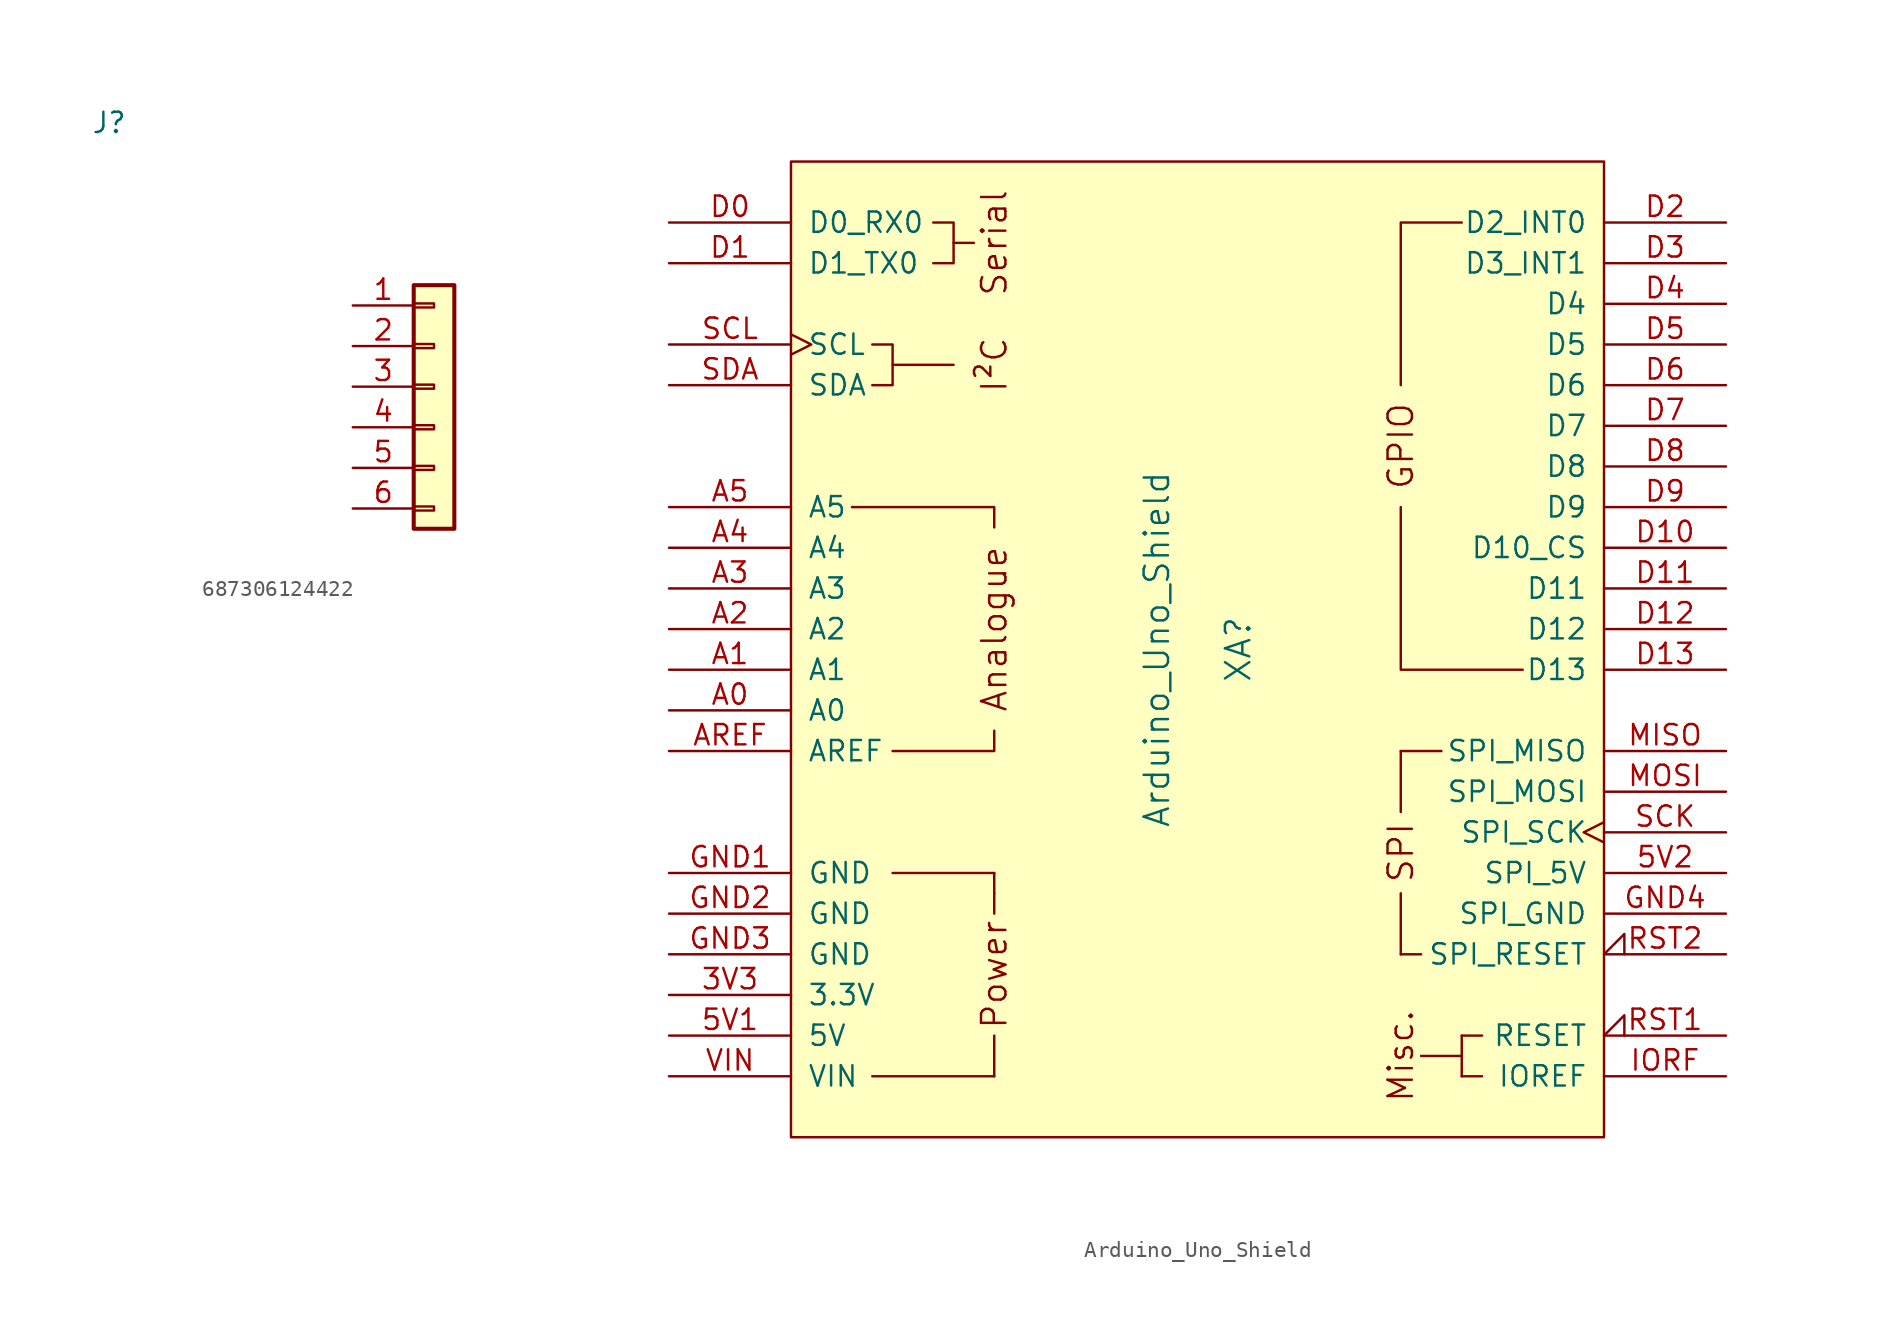
<source format=kicad_sym>
(kicad_symbol_lib
  (version 20211014)
  (generator kicad_symbol_editor)
  (symbol "687306124422"
    (pin_names
      (offset 1.016) hide)
    (property "Reference" "J"
      (at -19.05 17.78 0)
      (effects (font (size 1.27 1.27))))
    (symbol "687306124422_1_1"
      (rectangle (start 0 -6.223) (end 1.27 -6.477) (stroke (width 0.152) (type default) (color 0 0 0 0)) (fill (type none)))
      (rectangle (start 0 -3.683) (end 1.27 -3.937) (stroke (width 0.152) (type default) (color 0 0 0 0)) (fill (type none)))
      (rectangle (start 0 -1.143) (end 1.27 -1.397) (stroke (width 0.152) (type default) (color 0 0 0 0)) (fill (type none)))
      (rectangle (start 0 1.397) (end 1.27 1.143) (stroke (width 0.152) (type default) (color 0 0 0 0)) (fill (type none)))
      (rectangle (start 0 3.937) (end 1.27 3.683) (stroke (width 0.152) (type default) (color 0 0 0 0)) (fill (type none)))
      (rectangle (start 0 6.477) (end 1.27 6.223) (stroke (width 0.152) (type default) (color 0 0 0 0)) (fill (type none)))
      (rectangle (start 0 7.62) (end 2.54 -7.62) (stroke (width 0.254) (type default) (color 0 0 0 0)) (fill (type background)))
      (pin passive line (at -3.81 6.35 0) (length 3.81) (name "Pin_1" (effects (font (size 1.27 1.27)))) (number "1" (effects (font (size 1.27 1.27)))))
      (pin passive line (at -3.81 3.81 0) (length 3.81) (name "Pin_2" (effects (font (size 1.27 1.27)))) (number "2" (effects (font (size 1.27 1.27)))))
      (pin passive line (at -3.81 1.27 0) (length 3.81) (name "Pin_3" (effects (font (size 1.27 1.27)))) (number "3" (effects (font (size 1.27 1.27)))))
      (pin passive line (at -3.81 -1.27 0) (length 3.81) (name "Pin_4" (effects (font (size 1.27 1.27)))) (number "4" (effects (font (size 1.27 1.27)))))
      (pin passive line (at -3.81 -3.81 0) (length 3.81) (name "Pin_5" (effects (font (size 1.27 1.27)))) (number "5" (effects (font (size 1.27 1.27)))))
      (pin passive line (at -3.81 -6.35 0) (length 3.81) (name "Pin_6" (effects (font (size 1.27 1.27)))) (number "6" (effects (font (size 1.27 1.27)))))))
  (symbol "Arduino_Uno_Shield"
    (pin_names
      (offset 1.016))
    (property "Reference" "XA"
      (at 2.54 0 90)
      (effects (font (size 1.524 1.524))))
    (property "Value" "Arduino_Uno_Shield"
      (at -2.54 0 90)
      (effects (font (size 1.524 1.524))))
    (symbol "Arduino_Uno_Shield_0_0"
      (rectangle (start -25.4 30.48) (end 25.4 -30.48) (stroke (width 0) (type default) (color 0 0 0 0)) (fill (type background)))
      (rectangle (start -20.32 -26.67) (end -12.7 -26.67) (stroke (width 0) (type default) (color 0 0 0 0)) (fill (type none)))
      (rectangle (start -19.05 -13.97) (end -12.7 -13.97) (stroke (width 0) (type default) (color 0 0 0 0)) (fill (type none)))
      (polyline (pts (xy -19.05 17.78) (xy -15.24 17.78)) (stroke (width 0) (type default) (color 0 0 0 0)) (fill (type none)))
      (polyline (pts (xy -15.24 25.4) (xy -13.97 25.4)) (stroke (width 0) (type default) (color 0 0 0 0)) (fill (type none)))
      (polyline (pts (xy -12.7 -26.67) (xy -12.7 -24.13)) (stroke (width 0) (type default) (color 0 0 0 0)) (fill (type none)))
      (polyline (pts (xy -12.7 -15.24) (xy -12.7 -16.51)) (stroke (width 0) (type default) (color 0 0 0 0)) (fill (type none)))
      (polyline (pts (xy -12.7 -13.97) (xy -12.7 -15.24)) (stroke (width 0) (type default) (color 0 0 0 0)) (fill (type none)))
      (polyline (pts (xy -12.7 -5.08) (xy -12.7 -6.35) (xy -19.05 -6.35)) (stroke (width 0) (type default) (color 0 0 0 0)) (fill (type none)))
      (polyline (pts (xy -12.7 7.62) (xy -12.7 8.89) (xy -21.59 8.89)) (stroke (width 0) (type default) (color 0 0 0 0)) (fill (type none)))
      (polyline (pts (xy 12.7 8.89) (xy 12.7 -1.27) (xy 20.32 -1.27)) (stroke (width 0) (type default) (color 0 0 0 0)) (fill (type none)))
      (polyline (pts (xy 12.7 16.51) (xy 12.7 26.67) (xy 16.51 26.67)) (stroke (width 0) (type default) (color 0 0 0 0)) (fill (type none)))
      (polyline (pts (xy -20.32 19.05) (xy -19.05 19.05) (xy -19.05 16.51) (xy -20.32 16.51)) (stroke (width 0) (type default) (color 0 0 0 0)) (fill (type none)))
      (polyline (pts (xy -16.51 26.67) (xy -15.24 26.67) (xy -15.24 24.13) (xy -16.51 24.13)) (stroke (width 0) (type default) (color 0 0 0 0)) (fill (type none)))
      (rectangle (start 12.7 -19.05) (end 12.7 -15.24) (stroke (width 0) (type default) (color 0 0 0 0)) (fill (type none)))
      (rectangle (start 12.7 -10.16) (end 12.7 -6.35) (stroke (width 0) (type default) (color 0 0 0 0)) (fill (type none)))
      (rectangle (start 13.97 -19.05) (end 12.7 -19.05) (stroke (width 0) (type default) (color 0 0 0 0)) (fill (type none)))
      (rectangle (start 15.24 -6.35) (end 12.7 -6.35) (stroke (width 0) (type default) (color 0 0 0 0)) (fill (type none)))
      (rectangle (start 16.51 -25.4) (end 13.97 -25.4) (stroke (width 0) (type default) (color 0 0 0 0)) (fill (type none)))
      (rectangle (start 16.51 -24.13) (end 16.51 -26.67) (stroke (width 0) (type default) (color 0 0 0 0)) (fill (type none)))
      (rectangle (start 17.78 -26.67) (end 16.51 -26.67) (stroke (width 0) (type default) (color 0 0 0 0)) (fill (type none)))
      (rectangle (start 17.78 -24.13) (end 16.51 -24.13) (stroke (width 0) (type default) (color 0 0 0 0)) (fill (type none)))
      (text "Analogue" (at -12.7 1.27 900) (effects (font (size 1.524 1.524))))
      (text "I²C" (at -12.7 17.78 900) (effects (font (size 1.524 1.524))))
      (text "Misc." (at 12.7 -25.4 900) (effects (font (size 1.524 1.524))))
      (text "Power" (at -12.7 -20.32 900) (effects (font (size 1.524 1.524))))
      (text "Serial" (at -12.7 25.4 900) (effects (font (size 1.524 1.524))))
      (text "SPI" (at 12.7 -12.7 900) (effects (font (size 1.524 1.524)))))
    (symbol "Arduino_Uno_Shield_1_0"
      (text "GPIO" (at 12.7 12.7 900) (effects (font (size 1.524 1.524)))))
    (symbol "Arduino_Uno_Shield_1_1"
      (pin power_in line (at -33.02 -21.59 0) (length 7.62) (name "3.3V" (effects (font (size 1.27 1.27)))) (number "3V3" (effects (font (size 1.27 1.27)))))
      (pin power_in line (at -33.02 -24.13 0) (length 7.62) (name "5V" (effects (font (size 1.27 1.27)))) (number "5V1" (effects (font (size 1.27 1.27)))))
      (pin power_in line (at 33.02 -13.97 180) (length 7.62) (name "SPI_5V" (effects (font (size 1.27 1.27)))) (number "5V2" (effects (font (size 1.27 1.27)))))
      (pin bidirectional line (at -33.02 -3.81 0) (length 7.62) (name "A0" (effects (font (size 1.27 1.27)))) (number "A0" (effects (font (size 1.27 1.27)))))
      (pin bidirectional line (at -33.02 -1.27 0) (length 7.62) (name "A1" (effects (font (size 1.27 1.27)))) (number "A1" (effects (font (size 1.27 1.27)))))
      (pin bidirectional line (at -33.02 1.27 0) (length 7.62) (name "A2" (effects (font (size 1.27 1.27)))) (number "A2" (effects (font (size 1.27 1.27)))))
      (pin bidirectional line (at -33.02 3.81 0) (length 7.62) (name "A3" (effects (font (size 1.27 1.27)))) (number "A3" (effects (font (size 1.27 1.27)))))
      (pin bidirectional line (at -33.02 6.35 0) (length 7.62) (name "A4" (effects (font (size 1.27 1.27)))) (number "A4" (effects (font (size 1.27 1.27)))))
      (pin bidirectional line (at -33.02 8.89 0) (length 7.62) (name "A5" (effects (font (size 1.27 1.27)))) (number "A5" (effects (font (size 1.27 1.27)))))
      (pin input line (at -33.02 -6.35 0) (length 7.62) (name "AREF" (effects (font (size 1.27 1.27)))) (number "AREF" (effects (font (size 1.27 1.27)))))
      (pin bidirectional line (at -33.02 26.67 0) (length 7.62) (name "D0_RX0" (effects (font (size 1.27 1.27)))) (number "D0" (effects (font (size 1.27 1.27)))))
      (pin bidirectional line (at -33.02 24.13 0) (length 7.62) (name "D1_TX0" (effects (font (size 1.27 1.27)))) (number "D1" (effects (font (size 1.27 1.27)))))
      (pin bidirectional line (at 33.02 6.35 180) (length 7.62) (name "D10_CS" (effects (font (size 1.27 1.27)))) (number "D10" (effects (font (size 1.27 1.27)))))
      (pin bidirectional line (at 33.02 3.81 180) (length 7.62) (name "D11" (effects (font (size 1.27 1.27)))) (number "D11" (effects (font (size 1.27 1.27)))))
      (pin bidirectional line (at 33.02 1.27 180) (length 7.62) (name "D12" (effects (font (size 1.27 1.27)))) (number "D12" (effects (font (size 1.27 1.27)))))
      (pin bidirectional line (at 33.02 -1.27 180) (length 7.62) (name "D13" (effects (font (size 1.27 1.27)))) (number "D13" (effects (font (size 1.27 1.27)))))
      (pin bidirectional line (at 33.02 26.67 180) (length 7.62) (name "D2_INT0" (effects (font (size 1.27 1.27)))) (number "D2" (effects (font (size 1.27 1.27)))))
      (pin bidirectional line (at 33.02 24.13 180) (length 7.62) (name "D3_INT1" (effects (font (size 1.27 1.27)))) (number "D3" (effects (font (size 1.27 1.27)))))
      (pin bidirectional line (at 33.02 21.59 180) (length 7.62) (name "D4" (effects (font (size 1.27 1.27)))) (number "D4" (effects (font (size 1.27 1.27)))))
      (pin bidirectional line (at 33.02 19.05 180) (length 7.62) (name "D5" (effects (font (size 1.27 1.27)))) (number "D5" (effects (font (size 1.27 1.27)))))
      (pin bidirectional line (at 33.02 16.51 180) (length 7.62) (name "D6" (effects (font (size 1.27 1.27)))) (number "D6" (effects (font (size 1.27 1.27)))))
      (pin bidirectional line (at 33.02 13.97 180) (length 7.62) (name "D7" (effects (font (size 1.27 1.27)))) (number "D7" (effects (font (size 1.27 1.27)))))
      (pin bidirectional line (at 33.02 11.43 180) (length 7.62) (name "D8" (effects (font (size 1.27 1.27)))) (number "D8" (effects (font (size 1.27 1.27)))))
      (pin bidirectional line (at 33.02 8.89 180) (length 7.62) (name "D9" (effects (font (size 1.27 1.27)))) (number "D9" (effects (font (size 1.27 1.27)))))
      (pin power_in line (at -33.02 -13.97 0) (length 7.62) (name "GND" (effects (font (size 1.27 1.27)))) (number "GND1" (effects (font (size 1.27 1.27)))))
      (pin power_in line (at -33.02 -16.51 0) (length 7.62) (name "GND" (effects (font (size 1.27 1.27)))) (number "GND2" (effects (font (size 1.27 1.27)))))
      (pin power_in line (at -33.02 -19.05 0) (length 7.62) (name "GND" (effects (font (size 1.27 1.27)))) (number "GND3" (effects (font (size 1.27 1.27)))))
      (pin power_in line (at 33.02 -16.51 180) (length 7.62) (name "SPI_GND" (effects (font (size 1.27 1.27)))) (number "GND4" (effects (font (size 1.27 1.27)))))
      (pin output line (at 33.02 -26.67 180) (length 7.62) (name "IOREF" (effects (font (size 1.27 1.27)))) (number "IORF" (effects (font (size 1.27 1.27)))))
      (pin input line (at 33.02 -6.35 180) (length 7.62) (name "SPI_MISO" (effects (font (size 1.27 1.27)))) (number "MISO" (effects (font (size 1.27 1.27)))))
      (pin output line (at 33.02 -8.89 180) (length 7.62) (name "SPI_MOSI" (effects (font (size 1.27 1.27)))) (number "MOSI" (effects (font (size 1.27 1.27)))))
      (pin open_collector input_low (at 33.02 -24.13 180) (length 7.62) (name "RESET" (effects (font (size 1.27 1.27)))) (number "RST1" (effects (font (size 1.27 1.27)))))
      (pin open_collector input_low (at 33.02 -19.05 180) (length 7.62) (name "SPI_RESET" (effects (font (size 1.27 1.27)))) (number "RST2" (effects (font (size 1.27 1.27)))))
      (pin output clock (at 33.02 -11.43 180) (length 7.62) (name "SPI_SCK" (effects (font (size 1.27 1.27)))) (number "SCK" (effects (font (size 1.27 1.27)))))
      (pin bidirectional clock (at -33.02 19.05 0) (length 7.62) (name "SCL" (effects (font (size 1.27 1.27)))) (number "SCL" (effects (font (size 1.27 1.27)))))
      (pin bidirectional line (at -33.02 16.51 0) (length 7.62) (name "SDA" (effects (font (size 1.27 1.27)))) (number "SDA" (effects (font (size 1.27 1.27)))))
      (pin power_in line (at -33.02 -26.67 0) (length 7.62) (name "VIN" (effects (font (size 1.27 1.27)))) (number "VIN" (effects (font (size 1.27 1.27))))))))
</source>
